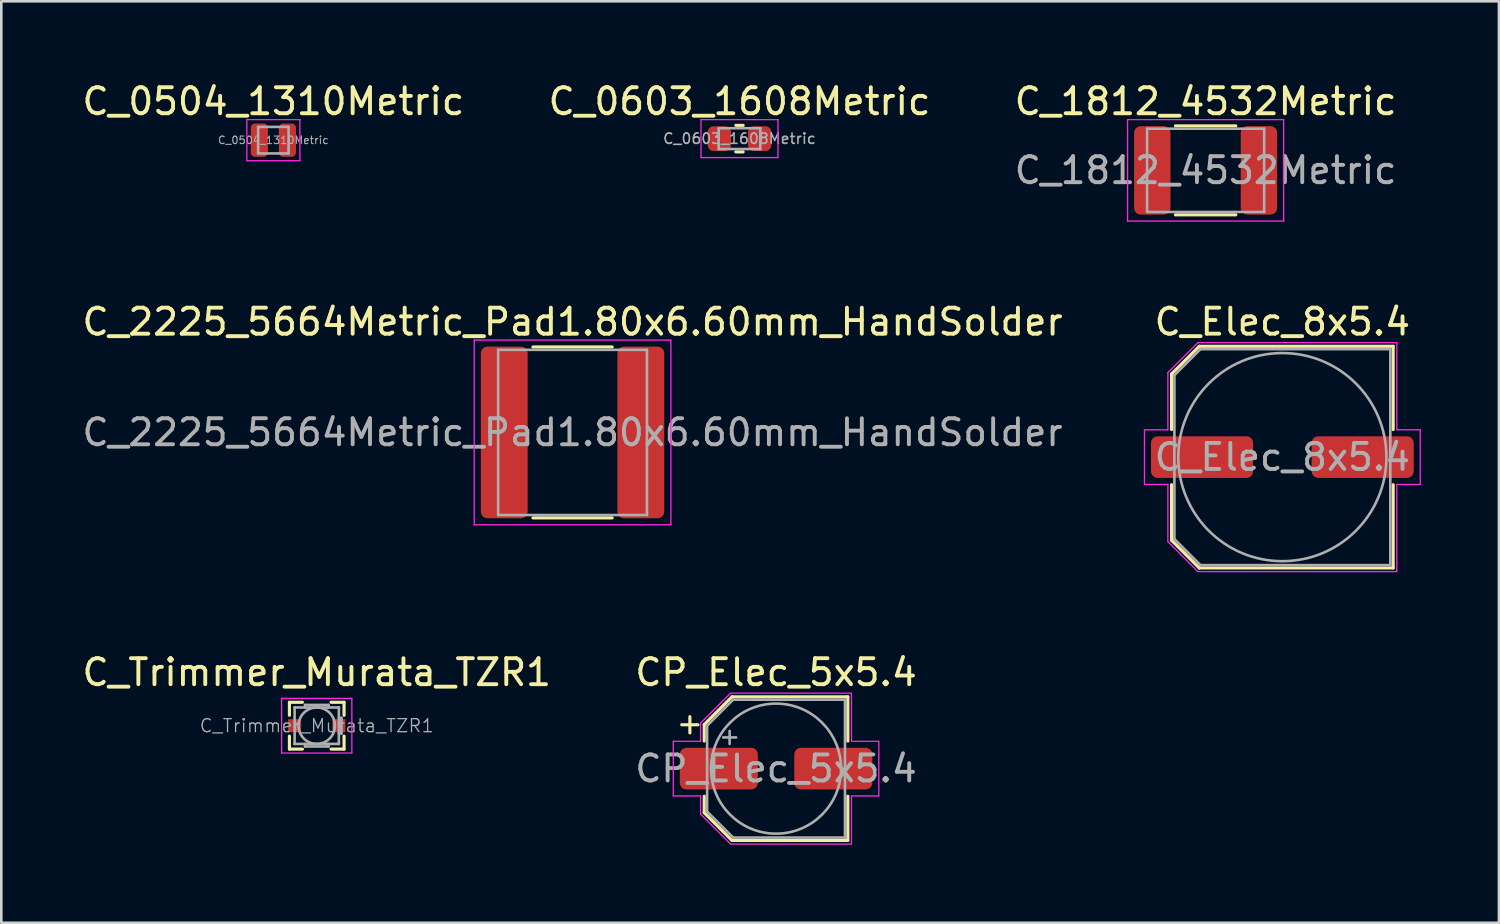
<source format=kicad_pcb>
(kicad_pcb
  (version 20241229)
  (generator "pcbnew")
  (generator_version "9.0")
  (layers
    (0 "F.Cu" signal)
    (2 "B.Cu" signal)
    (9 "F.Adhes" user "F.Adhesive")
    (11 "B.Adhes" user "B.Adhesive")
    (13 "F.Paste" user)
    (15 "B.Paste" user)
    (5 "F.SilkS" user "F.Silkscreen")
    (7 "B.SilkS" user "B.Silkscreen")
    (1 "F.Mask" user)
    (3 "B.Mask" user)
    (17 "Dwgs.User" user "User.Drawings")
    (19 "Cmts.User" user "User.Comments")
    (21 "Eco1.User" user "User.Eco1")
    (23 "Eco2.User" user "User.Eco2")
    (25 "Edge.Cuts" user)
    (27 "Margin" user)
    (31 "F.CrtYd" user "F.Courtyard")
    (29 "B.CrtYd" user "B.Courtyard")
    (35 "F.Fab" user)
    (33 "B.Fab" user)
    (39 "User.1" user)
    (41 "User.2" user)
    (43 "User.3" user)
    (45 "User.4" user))
  (footprint "C_Trimmer_Murata_TZR1"
    (layer "F.Cu")
    (at 9.125 24.845)
    (property "Reference" "C_Trimmer_Murata_TZR1" (at 0 -2.05 0) (layer "F.SilkS") (effects (font (size 1 1) (thickness 0.15))))
    (attr smd)
    (fp_line (start -1.05 -0.9) (end -1.05 -0.4) (stroke (width 0.12) (type solid)) (layer "F.SilkS"))
    (fp_line (start -1.05 -0.9) (end -0.55 -0.9) (stroke (width 0.12) (type solid)) (layer "F.SilkS"))
    (fp_line (start -1.05 0.9) (end -1.05 0.4) (stroke (width 0.12) (type solid)) (layer "F.SilkS"))
    (fp_line (start -1.05 0.9) (end -0.55 0.9) (stroke (width 0.12) (type solid)) (layer "F.SilkS"))
    (fp_line (start 1.05 -0.9) (end 0.55 -0.9) (stroke (width 0.12) (type solid)) (layer "F.SilkS"))
    (fp_line (start 1.05 -0.9) (end 1.05 -0.4) (stroke (width 0.12) (type solid)) (layer "F.SilkS"))
    (fp_line (start 1.05 0.9) (end 0.55 0.9) (stroke (width 0.12) (type solid)) (layer "F.SilkS"))
    (fp_line (start 1.05 0.9) (end 1.05 0.4) (stroke (width 0.12) (type solid)) (layer "F.SilkS"))
    (fp_line (start -1.35 -1.05) (end -1.35 1.05) (stroke (width 0.05) (type solid)) (layer "F.CrtYd"))
    (fp_line (start -1.35 1.05) (end 1.35 1.05) (stroke (width 0.05) (type solid)) (layer "F.CrtYd"))
    (fp_line (start 1.35 -1.05) (end -1.35 -1.05) (stroke (width 0.05) (type solid)) (layer "F.CrtYd"))
    (fp_line (start 1.35 1.05) (end 1.35 -1.05) (stroke (width 0.05) (type solid)) (layer "F.CrtYd"))
    (fp_line (start -0.85 -0.7) (end -0.84 -0.7) (stroke (width 0.1) (type solid)) (layer "F.Fab"))
    (fp_line (start -0.85 -0.69) (end -0.85 -0.7) (stroke (width 0.1) (type solid)) (layer "F.Fab"))
    (fp_line (start -0.85 0.69) (end -0.85 -0.69) (stroke (width 0.1) (type solid)) (layer "F.Fab"))
    (fp_line (start -0.85 0.7) (end -0.85 0.69) (stroke (width 0.1) (type solid)) (layer "F.Fab"))
    (fp_line (start -0.84 -0.7) (end 0.84 -0.7) (stroke (width 0.1) (type solid)) (layer "F.Fab"))
    (fp_line (start -0.84 0.7) (end -0.85 0.7) (stroke (width 0.1) (type solid)) (layer "F.Fab"))
    (fp_line (start -0.45 -0.8) (end 0.45 -0.8) (stroke (width 0.1) (type solid)) (layer "F.Fab"))
    (fp_line (start -0.45 -0.7) (end -0.45 -0.8) (stroke (width 0.1) (type solid)) (layer "F.Fab"))
    (fp_line (start -0.45 0.7) (end -0.45 0.8) (stroke (width 0.1) (type solid)) (layer "F.Fab"))
    (fp_line (start -0.45 0.8) (end 0.45 0.8) (stroke (width 0.1) (type solid)) (layer "F.Fab"))
    (fp_line (start 0.45 -0.8) (end 0.45 -0.7) (stroke (width 0.1) (type solid)) (layer "F.Fab"))
    (fp_line (start 0.45 0.8) (end 0.45 0.7) (stroke (width 0.1) (type solid)) (layer "F.Fab"))
    (fp_line (start 0.84 -0.7) (end 0.85 -0.7) (stroke (width 0.1) (type solid)) (layer "F.Fab"))
    (fp_line (start 0.84 0.7) (end -0.84 0.7) (stroke (width 0.1) (type solid)) (layer "F.Fab"))
    (fp_line (start 0.85 -0.7) (end 0.85 -0.69) (stroke (width 0.1) (type solid)) (layer "F.Fab"))
    (fp_line (start 0.85 -0.69) (end 0.85 0.69) (stroke (width 0.1) (type solid)) (layer "F.Fab"))
    (fp_line (start 0.85 -0.3) (end 0.95 -0.3) (stroke (width 0.1) (type solid)) (layer "F.Fab"))
    (fp_line (start 0.85 0.69) (end 0.85 0.7) (stroke (width 0.1) (type solid)) (layer "F.Fab"))
    (fp_line (start 0.85 0.7) (end 0.84 0.7) (stroke (width 0.1) (type solid)) (layer "F.Fab"))
    (fp_line (start 0.95 -0.3) (end 0.95 0.3) (stroke (width 0.1) (type solid)) (layer "F.Fab"))
    (fp_line (start 0.95 0.3) (end 0.85 0.3) (stroke (width 0.1) (type solid)) (layer "F.Fab"))
    (fp_circle (center 0 0) (end 0.7 0) (stroke (width 0.1) (type solid)) (fill no) (layer "F.Fab"))
    (fp_text user "${REFERENCE}" (at 0 0 0) (layer "F.Fab") (effects (font (size 0.5 0.5) (thickness 0.05))))
    (pad "1" smd rect (at -0.85 0) (size 0.5 0.5) (layers "F.Cu" "F.Mask" "F.Paste"))
    (pad "2" smd rect (at 0.85 0) (size 0.5 0.5) (layers "F.Cu" "F.Mask" "F.Paste")))
  (footprint "C_0504_1310Metric"
    (layer "F.Cu")
    (at 7.458 2.338)
    (property "Reference" "C_0504_1310Metric" (at 0 -1.49 0) (layer "F.SilkS") (effects (font (size 1 1) (thickness 0.15))))
    (attr smd)
    (fp_line (start -1.02 -0.79) (end 1.02 -0.79) (stroke (width 0.05) (type solid)) (layer "F.CrtYd"))
    (fp_line (start -1.02 0.79) (end -1.02 -0.79) (stroke (width 0.05) (type solid)) (layer "F.CrtYd"))
    (fp_line (start 1.02 -0.79) (end 1.02 0.79) (stroke (width 0.05) (type solid)) (layer "F.CrtYd"))
    (fp_line (start 1.02 0.79) (end -1.02 0.79) (stroke (width 0.05) (type solid)) (layer "F.CrtYd"))
    (fp_line (start -0.585 -0.51) (end 0.585 -0.51) (stroke (width 0.1) (type solid)) (layer "F.Fab"))
    (fp_line (start -0.585 0.51) (end -0.585 -0.51) (stroke (width 0.1) (type solid)) (layer "F.Fab"))
    (fp_line (start 0.585 -0.51) (end 0.585 0.51) (stroke (width 0.1) (type solid)) (layer "F.Fab"))
    (fp_line (start 0.585 0.51) (end -0.585 0.51) (stroke (width 0.1) (type solid)) (layer "F.Fab"))
    (fp_text user "${REFERENCE}" (at 0 0 0) (layer "F.Fab") (effects (font (size 0.29 0.29) (thickness 0.04))))
    (pad "1" smd roundrect (at -0.54 0) (size 0.66 1.28) (layers "F.Cu" "F.Mask" "F.Paste") (roundrect_rratio 0.25))
    (pad "2" smd roundrect (at 0.54 0) (size 0.66 1.28) (layers "F.Cu" "F.Mask" "F.Paste") (roundrect_rratio 0.25)))
  (footprint "C_2225_5664Metric_Pad1.80x6.60mm_HandSolder"
    (layer "F.Cu")
    (at 18.958 13.572)
    (property "Reference" "C_2225_5664Metric_Pad1.80x6.60mm_HandSolder" (at 0 -4.25 0) (layer "F.SilkS") (effects (font (size 1 1) (thickness 0.15))))
    (attr smd)
    (fp_line (start -1.522 -3.285) (end 1.522 -3.285) (stroke (width 0.12) (type solid)) (layer "F.SilkS"))
    (fp_line (start -1.522 3.285) (end 1.522 3.285) (stroke (width 0.12) (type solid)) (layer "F.SilkS"))
    (fp_line (start -3.78 -3.55) (end 3.78 -3.55) (stroke (width 0.05) (type solid)) (layer "F.CrtYd"))
    (fp_line (start -3.78 3.55) (end -3.78 -3.55) (stroke (width 0.05) (type solid)) (layer "F.CrtYd"))
    (fp_line (start 3.78 -3.55) (end 3.78 3.55) (stroke (width 0.05) (type solid)) (layer "F.CrtYd"))
    (fp_line (start 3.78 3.55) (end -3.78 3.55) (stroke (width 0.05) (type solid)) (layer "F.CrtYd"))
    (fp_line (start -2.86 -3.175) (end 2.86 -3.175) (stroke (width 0.1) (type solid)) (layer "F.Fab"))
    (fp_line (start -2.86 3.175) (end -2.86 -3.175) (stroke (width 0.1) (type solid)) (layer "F.Fab"))
    (fp_line (start 2.86 -3.175) (end 2.86 3.175) (stroke (width 0.1) (type solid)) (layer "F.Fab"))
    (fp_line (start 2.86 3.175) (end -2.86 3.175) (stroke (width 0.1) (type solid)) (layer "F.Fab"))
    (fp_text user "${REFERENCE}" (at 0 0 0) (layer "F.Fab") (effects (font (size 1 1) (thickness 0.15))))
    (pad "1" smd roundrect (at -2.625 0) (size 1.8 6.6) (layers "F.Cu" "F.Mask" "F.Paste") (roundrect_rratio 0.139))
    (pad "2" smd roundrect (at 2.625 0) (size 1.8 6.6) (layers "F.Cu" "F.Mask" "F.Paste") (roundrect_rratio 0.139)))
  (footprint "CP_Elec_5x5.4"
    (layer "F.Cu")
    (at 26.78 26.495)
    (property "Reference" "CP_Elec_5x5.4" (at 0 -3.7 0) (layer "F.SilkS") (effects (font (size 1 1) (thickness 0.15))))
    (attr smd)
    (fp_line (start -3.625 -1.685) (end -3 -1.685) (stroke (width 0.12) (type solid)) (layer "F.SilkS"))
    (fp_line (start -3.312 -1.998) (end -3.312 -1.373) (stroke (width 0.12) (type solid)) (layer "F.SilkS"))
    (fp_line (start -2.76 -1.696) (end -2.76 -1.06) (stroke (width 0.12) (type solid)) (layer "F.SilkS"))
    (fp_line (start -2.76 -1.696) (end -1.696 -2.76) (stroke (width 0.12) (type solid)) (layer "F.SilkS"))
    (fp_line (start -2.76 1.696) (end -2.76 1.06) (stroke (width 0.12) (type solid)) (layer "F.SilkS"))
    (fp_line (start -2.76 1.696) (end -1.696 2.76) (stroke (width 0.12) (type solid)) (layer "F.SilkS"))
    (fp_line (start -1.696 -2.76) (end 2.76 -2.76) (stroke (width 0.12) (type solid)) (layer "F.SilkS"))
    (fp_line (start -1.696 2.76) (end 2.76 2.76) (stroke (width 0.12) (type solid)) (layer "F.SilkS"))
    (fp_line (start 2.76 -2.76) (end 2.76 -1.06) (stroke (width 0.12) (type solid)) (layer "F.SilkS"))
    (fp_line (start 2.76 2.76) (end 2.76 1.06) (stroke (width 0.12) (type solid)) (layer "F.SilkS"))
    (fp_line (start -3.95 -1.05) (end -3.95 1.05) (stroke (width 0.05) (type solid)) (layer "F.CrtYd"))
    (fp_line (start -3.95 1.05) (end -2.9 1.05) (stroke (width 0.05) (type solid)) (layer "F.CrtYd"))
    (fp_line (start -2.9 -1.75) (end -2.9 -1.05) (stroke (width 0.05) (type solid)) (layer "F.CrtYd"))
    (fp_line (start -2.9 -1.75) (end -1.75 -2.9) (stroke (width 0.05) (type solid)) (layer "F.CrtYd"))
    (fp_line (start -2.9 -1.05) (end -3.95 -1.05) (stroke (width 0.05) (type solid)) (layer "F.CrtYd"))
    (fp_line (start -2.9 1.05) (end -2.9 1.75) (stroke (width 0.05) (type solid)) (layer "F.CrtYd"))
    (fp_line (start -2.9 1.75) (end -1.75 2.9) (stroke (width 0.05) (type solid)) (layer "F.CrtYd"))
    (fp_line (start -1.75 -2.9) (end 2.9 -2.9) (stroke (width 0.05) (type solid)) (layer "F.CrtYd"))
    (fp_line (start -1.75 2.9) (end 2.9 2.9) (stroke (width 0.05) (type solid)) (layer "F.CrtYd"))
    (fp_line (start 2.9 -2.9) (end 2.9 -1.05) (stroke (width 0.05) (type solid)) (layer "F.CrtYd"))
    (fp_line (start 2.9 -1.05) (end 3.95 -1.05) (stroke (width 0.05) (type solid)) (layer "F.CrtYd"))
    (fp_line (start 2.9 1.05) (end 2.9 2.9) (stroke (width 0.05) (type solid)) (layer "F.CrtYd"))
    (fp_line (start 3.95 -1.05) (end 3.95 1.05) (stroke (width 0.05) (type solid)) (layer "F.CrtYd"))
    (fp_line (start 3.95 1.05) (end 2.9 1.05) (stroke (width 0.05) (type solid)) (layer "F.CrtYd"))
    (fp_line (start -2.65 -1.65) (end -2.65 1.65) (stroke (width 0.1) (type solid)) (layer "F.Fab"))
    (fp_line (start -2.65 -1.65) (end -1.65 -2.65) (stroke (width 0.1) (type solid)) (layer "F.Fab"))
    (fp_line (start -2.65 1.65) (end -1.65 2.65) (stroke (width 0.1) (type solid)) (layer "F.Fab"))
    (fp_line (start -2.034 -1.2) (end -1.534 -1.2) (stroke (width 0.1) (type solid)) (layer "F.Fab"))
    (fp_line (start -1.784 -1.45) (end -1.784 -0.95) (stroke (width 0.1) (type solid)) (layer "F.Fab"))
    (fp_line (start -1.65 -2.65) (end 2.65 -2.65) (stroke (width 0.1) (type solid)) (layer "F.Fab"))
    (fp_line (start -1.65 2.65) (end 2.65 2.65) (stroke (width 0.1) (type solid)) (layer "F.Fab"))
    (fp_line (start 2.65 -2.65) (end 2.65 2.65) (stroke (width 0.1) (type solid)) (layer "F.Fab"))
    (fp_circle (center 0 0) (end 2.5 0) (stroke (width 0.1) (type solid)) (fill no) (layer "F.Fab"))
    (fp_text user "${REFERENCE}" (at 0 0 0) (layer "F.Fab") (effects (font (size 1 1) (thickness 0.15))))
    (pad "1" smd roundrect (at -2.2 0) (size 3 1.6) (layers "F.Cu" "F.Mask" "F.Paste") (roundrect_rratio 0.156))
    (pad "2" smd roundrect (at 2.2 0) (size 3 1.6) (layers "F.Cu" "F.Mask" "F.Paste") (roundrect_rratio 0.156)))
  (footprint "C_0603_1608Metric"
    (layer "F.Cu")
    (at 25.375 2.278)
    (property "Reference" "C_0603_1608Metric" (at 0 -1.43 0) (layer "F.SilkS") (effects (font (size 1 1) (thickness 0.15))))
    (attr smd)
    (fp_line (start -0.141 -0.51) (end 0.141 -0.51) (stroke (width 0.12) (type solid)) (layer "F.SilkS"))
    (fp_line (start -0.141 0.51) (end 0.141 0.51) (stroke (width 0.12) (type solid)) (layer "F.SilkS"))
    (fp_line (start -1.48 -0.73) (end 1.48 -0.73) (stroke (width 0.05) (type solid)) (layer "F.CrtYd"))
    (fp_line (start -1.48 0.73) (end -1.48 -0.73) (stroke (width 0.05) (type solid)) (layer "F.CrtYd"))
    (fp_line (start 1.48 -0.73) (end 1.48 0.73) (stroke (width 0.05) (type solid)) (layer "F.CrtYd"))
    (fp_line (start 1.48 0.73) (end -1.48 0.73) (stroke (width 0.05) (type solid)) (layer "F.CrtYd"))
    (fp_line (start -0.8 -0.4) (end 0.8 -0.4) (stroke (width 0.1) (type solid)) (layer "F.Fab"))
    (fp_line (start -0.8 0.4) (end -0.8 -0.4) (stroke (width 0.1) (type solid)) (layer "F.Fab"))
    (fp_line (start 0.8 -0.4) (end 0.8 0.4) (stroke (width 0.1) (type solid)) (layer "F.Fab"))
    (fp_line (start 0.8 0.4) (end -0.8 0.4) (stroke (width 0.1) (type solid)) (layer "F.Fab"))
    (fp_text user "${REFERENCE}" (at 0 0 0) (layer "F.Fab") (effects (font (size 0.4 0.4) (thickness 0.06))))
    (pad "1" smd roundrect (at -0.775 0) (size 0.9 0.95) (layers "F.Cu" "F.Mask" "F.Paste") (roundrect_rratio 0.25))
    (pad "2" smd roundrect (at 0.775 0) (size 0.9 0.95) (layers "F.Cu" "F.Mask" "F.Paste") (roundrect_rratio 0.25)))
  (footprint "C_1812_4532Metric"
    (layer "F.Cu")
    (at 43.292 3.498)
    (property "Reference" "C_1812_4532Metric" (at 0 -2.65 0) (layer "F.SilkS") (effects (font (size 1 1) (thickness 0.15))))
    (attr smd)
    (fp_line (start -1.161 -1.71) (end 1.161 -1.71) (stroke (width 0.12) (type solid)) (layer "F.SilkS"))
    (fp_line (start -1.161 1.71) (end 1.161 1.71) (stroke (width 0.12) (type solid)) (layer "F.SilkS"))
    (fp_line (start -3 -1.95) (end 3 -1.95) (stroke (width 0.05) (type solid)) (layer "F.CrtYd"))
    (fp_line (start -3 1.95) (end -3 -1.95) (stroke (width 0.05) (type solid)) (layer "F.CrtYd"))
    (fp_line (start 3 -1.95) (end 3 1.95) (stroke (width 0.05) (type solid)) (layer "F.CrtYd"))
    (fp_line (start 3 1.95) (end -3 1.95) (stroke (width 0.05) (type solid)) (layer "F.CrtYd"))
    (fp_line (start -2.25 -1.6) (end 2.25 -1.6) (stroke (width 0.1) (type solid)) (layer "F.Fab"))
    (fp_line (start -2.25 1.6) (end -2.25 -1.6) (stroke (width 0.1) (type solid)) (layer "F.Fab"))
    (fp_line (start 2.25 -1.6) (end 2.25 1.6) (stroke (width 0.1) (type solid)) (layer "F.Fab"))
    (fp_line (start 2.25 1.6) (end -2.25 1.6) (stroke (width 0.1) (type solid)) (layer "F.Fab"))
    (fp_text user "${REFERENCE}" (at 0 0 0) (layer "F.Fab") (effects (font (size 1 1) (thickness 0.15))))
    (pad "1" smd roundrect (at -2.05 0) (size 1.4 3.4) (layers "F.Cu" "F.Mask" "F.Paste") (roundrect_rratio 0.179))
    (pad "2" smd roundrect (at 2.05 0) (size 1.4 3.4) (layers "F.Cu" "F.Mask" "F.Paste") (roundrect_rratio 0.179)))
  (footprint "C_Elec_8x5.4"
    (layer "F.Cu")
    (at 46.242 14.521)
    (property "Reference" "C_Elec_8x5.4" (at 0 -5.2 0) (layer "F.SilkS") (effects (font (size 1 1) (thickness 0.15))))
    (attr smd)
    (fp_line (start -4.26 -3.196) (end -4.26 -1.06) (stroke (width 0.12) (type solid)) (layer "F.SilkS"))
    (fp_line (start -4.26 -3.196) (end -3.196 -4.26) (stroke (width 0.12) (type solid)) (layer "F.SilkS"))
    (fp_line (start -4.26 3.196) (end -4.26 1.06) (stroke (width 0.12) (type solid)) (layer "F.SilkS"))
    (fp_line (start -4.26 3.196) (end -3.196 4.26) (stroke (width 0.12) (type solid)) (layer "F.SilkS"))
    (fp_line (start -3.196 -4.26) (end 4.26 -4.26) (stroke (width 0.12) (type solid)) (layer "F.SilkS"))
    (fp_line (start -3.196 4.26) (end 4.26 4.26) (stroke (width 0.12) (type solid)) (layer "F.SilkS"))
    (fp_line (start 4.26 -4.26) (end 4.26 -1.06) (stroke (width 0.12) (type solid)) (layer "F.SilkS"))
    (fp_line (start 4.26 4.26) (end 4.26 1.06) (stroke (width 0.12) (type solid)) (layer "F.SilkS"))
    (fp_line (start -5.3 -1.05) (end -5.3 1.05) (stroke (width 0.05) (type solid)) (layer "F.CrtYd"))
    (fp_line (start -5.3 1.05) (end -4.4 1.05) (stroke (width 0.05) (type solid)) (layer "F.CrtYd"))
    (fp_line (start -4.4 -3.25) (end -4.4 -1.05) (stroke (width 0.05) (type solid)) (layer "F.CrtYd"))
    (fp_line (start -4.4 -3.25) (end -3.25 -4.4) (stroke (width 0.05) (type solid)) (layer "F.CrtYd"))
    (fp_line (start -4.4 -1.05) (end -5.3 -1.05) (stroke (width 0.05) (type solid)) (layer "F.CrtYd"))
    (fp_line (start -4.4 1.05) (end -4.4 3.25) (stroke (width 0.05) (type solid)) (layer "F.CrtYd"))
    (fp_line (start -4.4 3.25) (end -3.25 4.4) (stroke (width 0.05) (type solid)) (layer "F.CrtYd"))
    (fp_line (start -3.25 -4.4) (end 4.4 -4.4) (stroke (width 0.05) (type solid)) (layer "F.CrtYd"))
    (fp_line (start -3.25 4.4) (end 4.4 4.4) (stroke (width 0.05) (type solid)) (layer "F.CrtYd"))
    (fp_line (start 4.4 -4.4) (end 4.4 -1.05) (stroke (width 0.05) (type solid)) (layer "F.CrtYd"))
    (fp_line (start 4.4 -1.05) (end 5.3 -1.05) (stroke (width 0.05) (type solid)) (layer "F.CrtYd"))
    (fp_line (start 4.4 1.05) (end 4.4 4.4) (stroke (width 0.05) (type solid)) (layer "F.CrtYd"))
    (fp_line (start 5.3 -1.05) (end 5.3 1.05) (stroke (width 0.05) (type solid)) (layer "F.CrtYd"))
    (fp_line (start 5.3 1.05) (end 4.4 1.05) (stroke (width 0.05) (type solid)) (layer "F.CrtYd"))
    (fp_line (start -4.15 -3.15) (end -4.15 3.15) (stroke (width 0.1) (type solid)) (layer "F.Fab"))
    (fp_line (start -4.15 -3.15) (end -3.15 -4.15) (stroke (width 0.1) (type solid)) (layer "F.Fab"))
    (fp_line (start -4.15 3.15) (end -3.15 4.15) (stroke (width 0.1) (type solid)) (layer "F.Fab"))
    (fp_line (start -3.15 -4.15) (end 4.15 -4.15) (stroke (width 0.1) (type solid)) (layer "F.Fab"))
    (fp_line (start -3.15 4.15) (end 4.15 4.15) (stroke (width 0.1) (type solid)) (layer "F.Fab"))
    (fp_line (start 4.15 -4.15) (end 4.15 4.15) (stroke (width 0.1) (type solid)) (layer "F.Fab"))
    (fp_circle (center 0 0) (end 4 0) (stroke (width 0.1) (type solid)) (fill no) (layer "F.Fab"))
    (fp_text user "${REFERENCE}" (at 0 0 0) (layer "F.Fab") (effects (font (size 1 1) (thickness 0.15))))
    (pad "1" smd roundrect (at -3.087 0) (size 3.925 1.6) (layers "F.Cu" "F.Mask" "F.Paste") (roundrect_rratio 0.156))
    (pad "2" smd roundrect (at 3.087 0) (size 3.925 1.6) (layers "F.Cu" "F.Mask" "F.Paste") (roundrect_rratio 0.156)))
  (gr_rect
    (start -3 -3)
    (end 54.567 32.42)
    (stroke (width 0.1) (type default))
    (fill no)
    (layer "Edge.Cuts")))
</source>
